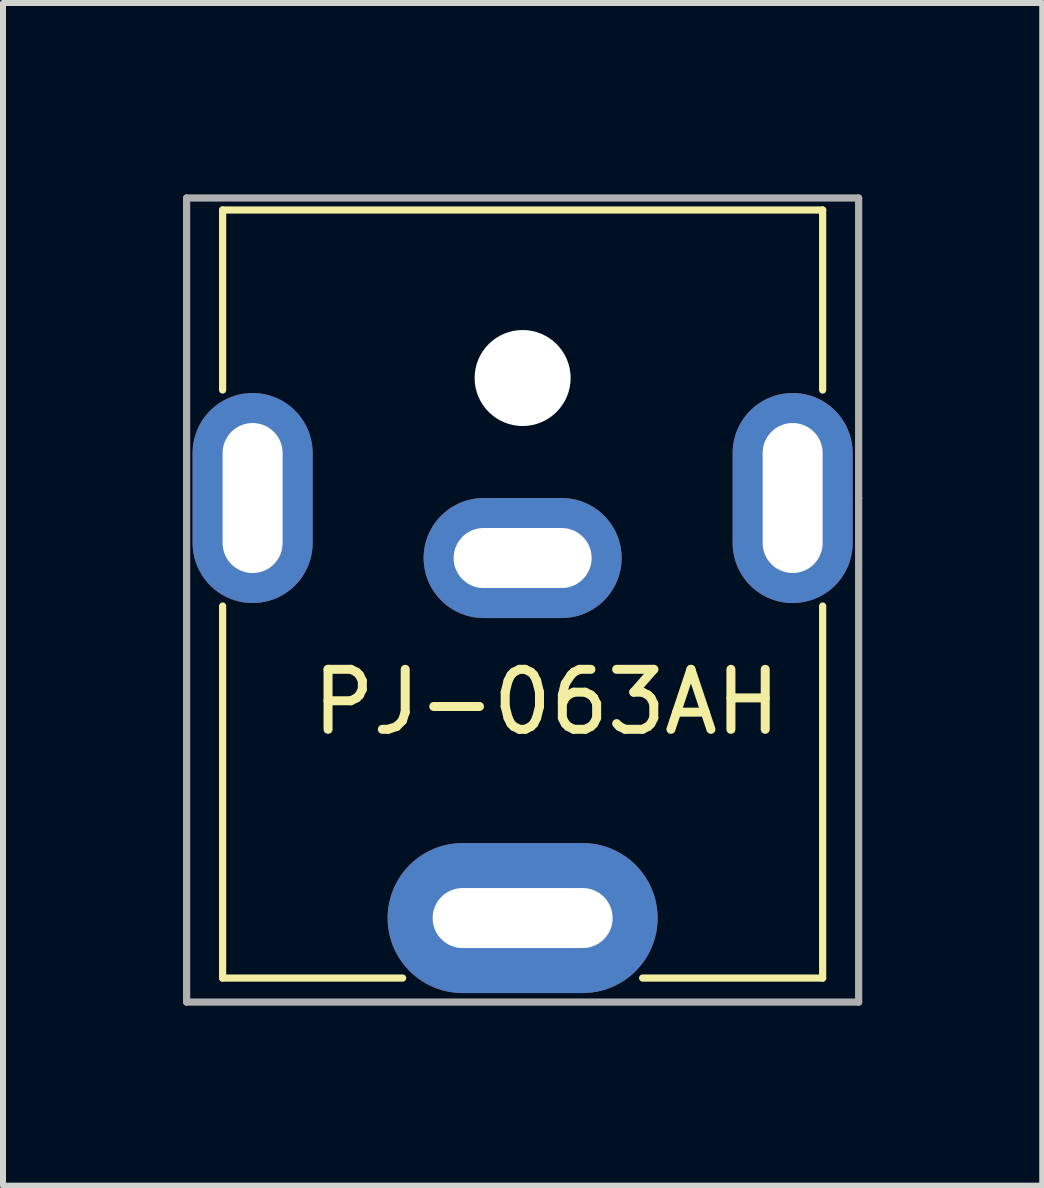
<source format=kicad_pcb>
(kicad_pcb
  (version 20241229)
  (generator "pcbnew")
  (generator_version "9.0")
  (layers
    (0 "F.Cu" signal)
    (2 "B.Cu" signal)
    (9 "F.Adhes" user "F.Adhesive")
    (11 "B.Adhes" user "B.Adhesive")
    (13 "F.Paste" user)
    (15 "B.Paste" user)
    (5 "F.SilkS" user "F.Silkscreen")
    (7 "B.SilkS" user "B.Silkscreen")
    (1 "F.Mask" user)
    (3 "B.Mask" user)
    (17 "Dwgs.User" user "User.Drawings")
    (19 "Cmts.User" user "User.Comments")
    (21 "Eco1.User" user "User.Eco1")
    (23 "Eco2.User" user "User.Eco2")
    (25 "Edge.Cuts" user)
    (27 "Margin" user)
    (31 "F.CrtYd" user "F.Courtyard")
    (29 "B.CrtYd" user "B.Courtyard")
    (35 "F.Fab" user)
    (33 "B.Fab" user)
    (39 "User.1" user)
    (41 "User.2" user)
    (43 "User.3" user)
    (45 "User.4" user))
  (footprint "PJ-063AH"
    (layer "F.Cu")
    (at 5.66 0.25)
    (property "Reference" "PJ-063AH" (at 0.4 8.4 0) (layer "F.SilkS") (effects (font (size 1 1) (thickness 0.15))))
    (attr through_hole)
    (fp_line (start -5 0.2) (end 5 0.2) (stroke (width 0.12) (type solid)) (layer "F.SilkS"))
    (fp_line (start -5 3.2) (end -5 0.2) (stroke (width 0.12) (type solid)) (layer "F.SilkS"))
    (fp_line (start -5 13) (end -5 6.8) (stroke (width 0.12) (type solid)) (layer "F.SilkS"))
    (fp_line (start -2 13) (end -5 13) (stroke (width 0.12) (type solid)) (layer "F.SilkS"))
    (fp_line (start 5 0.2) (end 5 3.2) (stroke (width 0.12) (type solid)) (layer "F.SilkS"))
    (fp_line (start 5 13) (end 2 13) (stroke (width 0.12) (type solid)) (layer "F.SilkS"))
    (fp_line (start 5 13) (end 5 6.8) (stroke (width 0.12) (type solid)) (layer "F.SilkS"))
    (fp_line (start -5.6 0) (end 5.6 0) (stroke (width 0.12) (type solid)) (layer "F.Fab"))
    (fp_line (start -5.6 13.4) (end -5.6 0) (stroke (width 0.12) (type solid)) (layer "F.Fab"))
    (fp_line (start 5.6 0) (end 5.6 5) (stroke (width 0.12) (type solid)) (layer "F.Fab"))
    (fp_line (start 5.6 5) (end 5.6 13.4) (stroke (width 0.12) (type solid)) (layer "F.Fab"))
    (fp_line (start 5.6 13.4) (end -5.6 13.4) (stroke (width 0.12) (type solid)) (layer "F.Fab"))
    (pad "" np_thru_hole circle (at 0 3) (size 1.6 1.6) (drill 1.6) (layers "*.Cu" "*.Mask"))
    (pad "1" thru_hole oval (at 0 12) (size 4.5 2.5) (drill oval 3 1) (layers "*.Cu" "*.Mask"))
    (pad "2" thru_hole oval (at 0 6) (size 3.3 2) (drill oval 2.3 1) (layers "*.Cu" "*.Mask"))
    (pad "MP" thru_hole oval (at -4.5 5) (size 2 3.5) (drill oval 1 2.5) (layers "*.Cu" "*.Mask"))
    (pad "MP" thru_hole oval (at 4.5 5) (size 2 3.5) (drill oval 1 2.5) (layers "*.Cu" "*.Mask")))
  (gr_rect
    (start -3 -3)
    (end 14.32 16.71)
    (stroke (width 0.1) (type default))
    (fill no)
    (layer "Edge.Cuts")))
</source>
